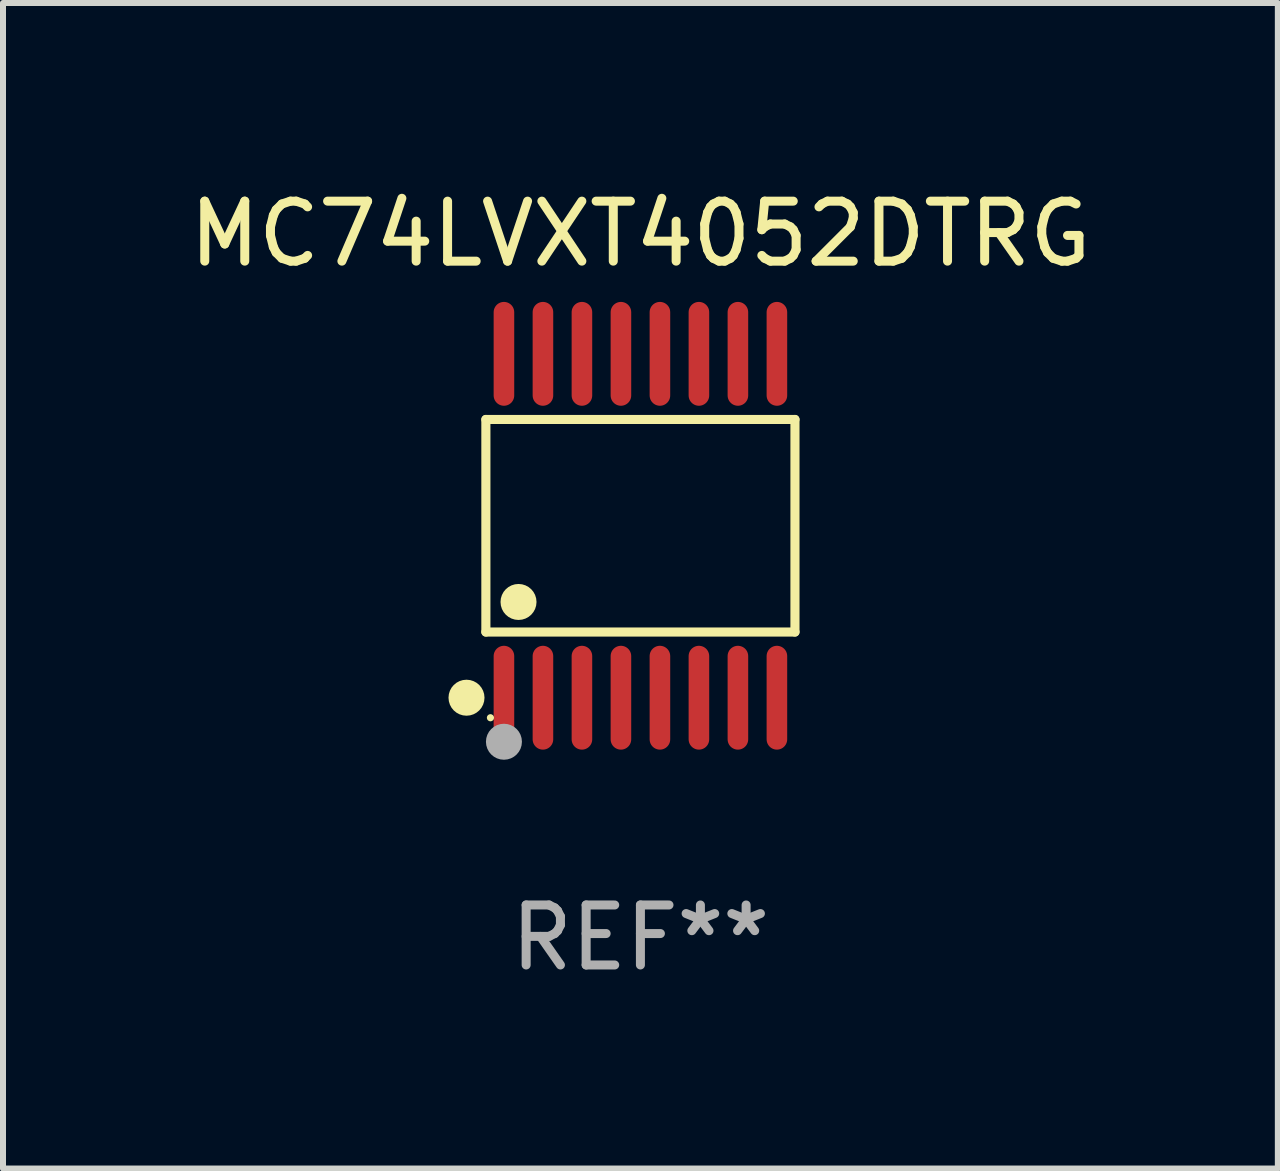
<source format=kicad_pcb>
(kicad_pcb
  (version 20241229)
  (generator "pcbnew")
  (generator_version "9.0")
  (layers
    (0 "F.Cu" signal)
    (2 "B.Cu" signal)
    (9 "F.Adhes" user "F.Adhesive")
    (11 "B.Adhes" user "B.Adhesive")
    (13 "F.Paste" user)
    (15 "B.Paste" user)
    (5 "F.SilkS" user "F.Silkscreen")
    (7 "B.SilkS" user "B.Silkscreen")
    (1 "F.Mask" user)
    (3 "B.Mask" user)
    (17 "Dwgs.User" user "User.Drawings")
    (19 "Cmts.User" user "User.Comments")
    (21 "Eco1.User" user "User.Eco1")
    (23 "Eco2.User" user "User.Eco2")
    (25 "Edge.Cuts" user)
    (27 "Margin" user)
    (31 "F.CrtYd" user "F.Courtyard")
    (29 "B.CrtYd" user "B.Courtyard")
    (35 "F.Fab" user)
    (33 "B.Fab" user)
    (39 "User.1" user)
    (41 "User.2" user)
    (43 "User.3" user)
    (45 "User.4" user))
  (footprint "MC74LVXT4052DTRG"
    (layer "F.Cu")
    (at 7.625 5.714)
    (property "Reference" "MC74LVXT4052DTRG" (at 0 -4.866 0) (layer "F.SilkS") (effects (font (size 1 1) (thickness 0.15))))
    (attr through_hole)
    (fp_line (start -2.576 -1.772) (end 2.576 -1.772) (stroke (width 0.152) (type solid)) (layer "F.SilkS"))
    (fp_line (start -2.576 1.771) (end -2.576 -1.772) (stroke (width 0.152) (type solid)) (layer "F.SilkS"))
    (fp_line (start 2.576 -1.772) (end 2.576 1.771) (stroke (width 0.152) (type solid)) (layer "F.SilkS"))
    (fp_line (start 2.576 1.771) (end -2.576 1.771) (stroke (width 0.152) (type solid)) (layer "F.SilkS"))
    (fp_circle (center -2.899 2.866) (end -2.749 2.866) (stroke (width 0.3) (type solid)) (fill no) (layer "F.SilkS"))
    (fp_circle (center -2.5 3.2) (end -2.47 3.2) (stroke (width 0.06) (type solid)) (fill no) (layer "F.SilkS"))
    (fp_circle (center -2.032 1.27) (end -1.882 1.27) (stroke (width 0.3) (type solid)) (fill no) (layer "F.SilkS"))
    (fp_circle (center -2.275 3.6) (end -2.125 3.6) (stroke (width 0.3) (type solid)) (fill no) (layer "F.Fab"))
    (fp_text user "REF**" (at 0 6.866 0) (layer "F.Fab") (effects (font (size 1 1) (thickness 0.15))))
    (pad "1" smd oval (at -2.275 2.866) (size 0.343 1.731) (layers "F.Cu" "F.Mask" "F.Paste"))
    (pad "2" smd oval (at -1.625 2.866) (size 0.343 1.731) (layers "F.Cu" "F.Mask" "F.Paste"))
    (pad "3" smd oval (at -0.975 2.866) (size 0.343 1.731) (layers "F.Cu" "F.Mask" "F.Paste"))
    (pad "4" smd oval (at -0.325 2.866) (size 0.343 1.731) (layers "F.Cu" "F.Mask" "F.Paste"))
    (pad "5" smd oval (at 0.325 2.866) (size 0.343 1.731) (layers "F.Cu" "F.Mask" "F.Paste"))
    (pad "6" smd oval (at 0.975 2.866) (size 0.343 1.731) (layers "F.Cu" "F.Mask" "F.Paste"))
    (pad "7" smd oval (at 1.625 2.866) (size 0.343 1.731) (layers "F.Cu" "F.Mask" "F.Paste"))
    (pad "8" smd oval (at 2.275 2.866) (size 0.343 1.731) (layers "F.Cu" "F.Mask" "F.Paste"))
    (pad "9" smd oval (at 2.275 -2.866) (size 0.343 1.731) (layers "F.Cu" "F.Mask" "F.Paste"))
    (pad "10" smd oval (at 1.625 -2.866) (size 0.343 1.731) (layers "F.Cu" "F.Mask" "F.Paste"))
    (pad "11" smd oval (at 0.975 -2.866) (size 0.343 1.731) (layers "F.Cu" "F.Mask" "F.Paste"))
    (pad "12" smd oval (at 0.325 -2.866) (size 0.343 1.731) (layers "F.Cu" "F.Mask" "F.Paste"))
    (pad "13" smd oval (at -0.325 -2.866) (size 0.343 1.731) (layers "F.Cu" "F.Mask" "F.Paste"))
    (pad "14" smd oval (at -0.975 -2.866) (size 0.343 1.731) (layers "F.Cu" "F.Mask" "F.Paste"))
    (pad "15" smd oval (at -1.625 -2.866) (size 0.343 1.731) (layers "F.Cu" "F.Mask" "F.Paste"))
    (pad "16" smd oval (at -2.275 -2.866) (size 0.343 1.731) (layers "F.Cu" "F.Mask" "F.Paste")))
  (gr_rect
    (start -3 -3)
    (end 18.25 16.428)
    (stroke (width 0.1) (type default))
    (fill no)
    (layer "Edge.Cuts")))
</source>
